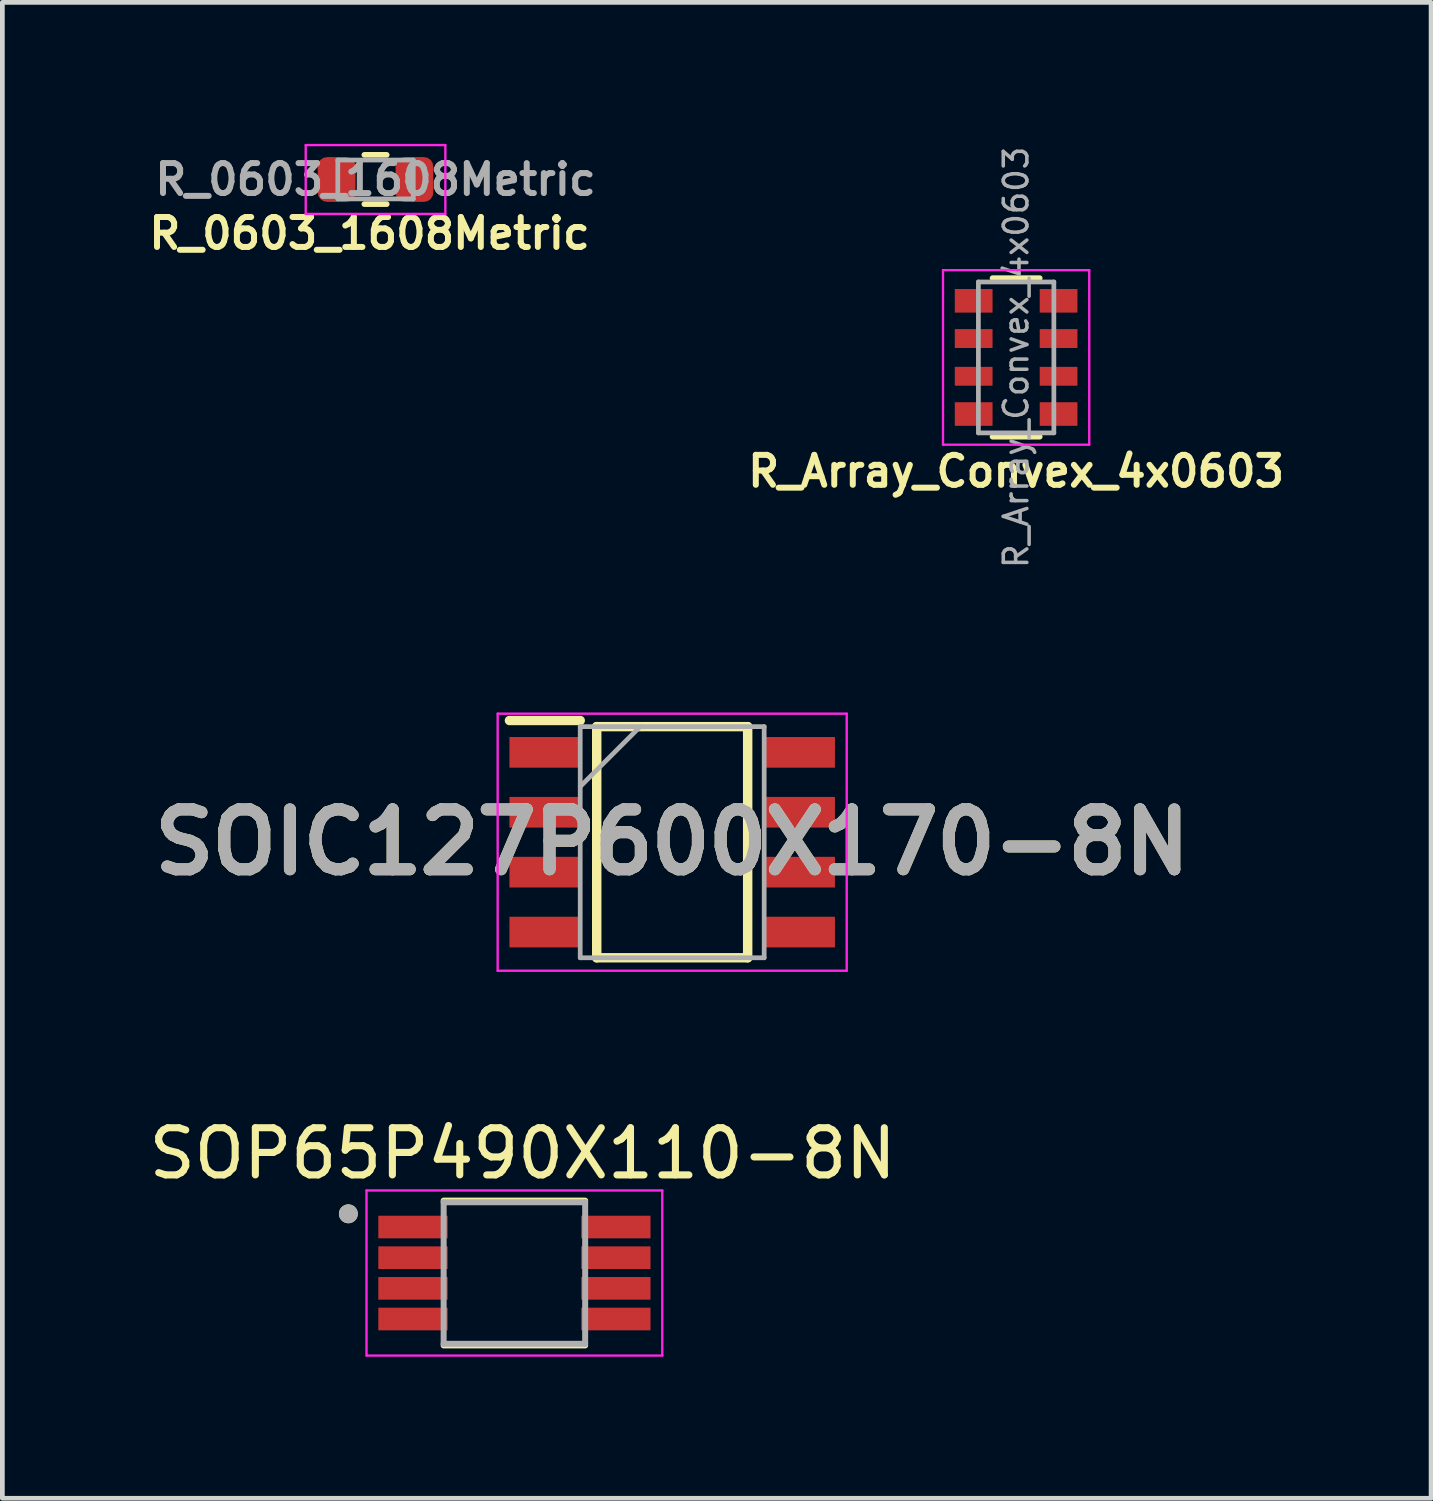
<source format=kicad_pcb>
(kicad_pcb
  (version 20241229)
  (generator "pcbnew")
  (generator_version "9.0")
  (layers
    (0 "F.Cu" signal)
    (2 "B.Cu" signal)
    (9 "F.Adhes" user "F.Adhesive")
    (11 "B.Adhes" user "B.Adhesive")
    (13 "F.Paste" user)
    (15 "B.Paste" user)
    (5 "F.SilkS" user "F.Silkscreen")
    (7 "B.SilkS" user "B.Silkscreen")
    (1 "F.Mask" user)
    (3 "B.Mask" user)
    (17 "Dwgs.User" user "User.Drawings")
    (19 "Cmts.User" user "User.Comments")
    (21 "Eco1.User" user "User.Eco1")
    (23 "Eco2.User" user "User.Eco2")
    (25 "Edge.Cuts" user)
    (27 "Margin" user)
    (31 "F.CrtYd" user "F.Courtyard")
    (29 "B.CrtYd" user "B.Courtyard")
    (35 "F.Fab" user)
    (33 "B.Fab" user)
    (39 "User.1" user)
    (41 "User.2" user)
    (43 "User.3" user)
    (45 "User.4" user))
  (footprint "SOIC127P600X170-8N"
    (layer "F.Cu")
    (at 11.2 14.804)
    (property "Reference" "SOIC127P600X170-8N" (at 0 0 180) (layer "F.SilkS") (effects (font (size 1.27 1.27) (thickness 0.254))))
    (attr smd)
    (fp_line (start -3.45 -2.58) (end -1.95 -2.58) (stroke (width 0.2) (type solid)) (layer "F.SilkS"))
    (fp_line (start -1.6 -2.45) (end 1.6 -2.45) (stroke (width 0.2) (type solid)) (layer "F.SilkS"))
    (fp_line (start -1.6 2.45) (end -1.6 -2.45) (stroke (width 0.2) (type solid)) (layer "F.SilkS"))
    (fp_line (start 1.6 -2.45) (end 1.6 2.45) (stroke (width 0.2) (type solid)) (layer "F.SilkS"))
    (fp_line (start 1.6 2.45) (end -1.6 2.45) (stroke (width 0.2) (type solid)) (layer "F.SilkS"))
    (fp_line (start -3.7 -2.725) (end 3.7 -2.725) (stroke (width 0.05) (type solid)) (layer "F.CrtYd"))
    (fp_line (start -3.7 2.725) (end -3.7 -2.725) (stroke (width 0.05) (type solid)) (layer "F.CrtYd"))
    (fp_line (start 3.7 -2.725) (end 3.7 2.725) (stroke (width 0.05) (type solid)) (layer "F.CrtYd"))
    (fp_line (start 3.7 2.725) (end -3.7 2.725) (stroke (width 0.05) (type solid)) (layer "F.CrtYd"))
    (fp_line (start -1.95 -2.45) (end 1.95 -2.45) (stroke (width 0.1) (type solid)) (layer "F.Fab"))
    (fp_line (start -1.95 -1.18) (end -0.68 -2.45) (stroke (width 0.1) (type solid)) (layer "F.Fab"))
    (fp_line (start -1.95 2.45) (end -1.95 -2.45) (stroke (width 0.1) (type solid)) (layer "F.Fab"))
    (fp_line (start 1.95 -2.45) (end 1.95 2.45) (stroke (width 0.1) (type solid)) (layer "F.Fab"))
    (fp_line (start 1.95 2.45) (end -1.95 2.45) (stroke (width 0.1) (type solid)) (layer "F.Fab"))
    (fp_text user "${REFERENCE}" (at 0 0 180) (layer "F.Fab") (effects (font (size 1.27 1.27) (thickness 0.254))))
    (pad "1" smd rect (at -2.7 -1.905 90) (size 0.65 1.5) (layers "F.Cu" "F.Mask" "F.Paste"))
    (pad "2" smd rect (at -2.7 -0.635 90) (size 0.65 1.5) (layers "F.Cu" "F.Mask" "F.Paste"))
    (pad "3" smd rect (at -2.7 0.635 90) (size 0.65 1.5) (layers "F.Cu" "F.Mask" "F.Paste"))
    (pad "4" smd rect (at -2.7 1.905 90) (size 0.65 1.5) (layers "F.Cu" "F.Mask" "F.Paste"))
    (pad "5" smd rect (at 2.7 1.905 90) (size 0.65 1.5) (layers "F.Cu" "F.Mask" "F.Paste"))
    (pad "6" smd rect (at 2.7 0.635 90) (size 0.65 1.5) (layers "F.Cu" "F.Mask" "F.Paste"))
    (pad "7" smd rect (at 2.7 -0.635 90) (size 0.65 1.5) (layers "F.Cu" "F.Mask" "F.Paste"))
    (pad "8" smd rect (at 2.7 -1.905 90) (size 0.65 1.5) (layers "F.Cu" "F.Mask" "F.Paste")))
  (footprint "R_Array_Convex_4x0603"
    (layer "F.Cu")
    (at 18.491 4.527)
    (property "Reference" "R_Array_Convex_4x0603" (at 0 2.413 0) (layer "F.SilkS") (effects (font (size 0.635 0.635) (thickness 0.127))))
    (attr smd)
    (fp_line (start 0.5 -1.68) (end -0.5 -1.68) (stroke (width 0.12) (type solid)) (layer "F.SilkS"))
    (fp_line (start 0.5 1.68) (end -0.5 1.68) (stroke (width 0.12) (type solid)) (layer "F.SilkS"))
    (fp_line (start -1.55 -1.85) (end -1.55 1.85) (stroke (width 0.05) (type solid)) (layer "F.CrtYd"))
    (fp_line (start -1.55 -1.85) (end 1.55 -1.85) (stroke (width 0.05) (type solid)) (layer "F.CrtYd"))
    (fp_line (start 1.55 1.85) (end -1.55 1.85) (stroke (width 0.05) (type solid)) (layer "F.CrtYd"))
    (fp_line (start 1.55 1.85) (end 1.55 -1.85) (stroke (width 0.05) (type solid)) (layer "F.CrtYd"))
    (fp_line (start -0.8 -1.6) (end 0.8 -1.6) (stroke (width 0.1) (type solid)) (layer "F.Fab"))
    (fp_line (start -0.8 1.6) (end -0.8 -1.6) (stroke (width 0.1) (type solid)) (layer "F.Fab"))
    (fp_line (start 0.8 -1.6) (end 0.8 1.6) (stroke (width 0.1) (type solid)) (layer "F.Fab"))
    (fp_line (start 0.8 1.6) (end -0.8 1.6) (stroke (width 0.1) (type solid)) (layer "F.Fab"))
    (fp_text user "${REFERENCE}" (at 0 0 90) (layer "F.Fab") (effects (font (size 0.5 0.5) (thickness 0.075))))
    (pad "1" smd rect (at -0.9 -1.2) (size 0.8 0.5) (layers "F.Cu" "F.Mask" "F.Paste"))
    (pad "2" smd rect (at -0.9 -0.4) (size 0.8 0.4) (layers "F.Cu" "F.Mask" "F.Paste"))
    (pad "3" smd rect (at -0.9 0.4) (size 0.8 0.4) (layers "F.Cu" "F.Mask" "F.Paste"))
    (pad "4" smd rect (at -0.9 1.2) (size 0.8 0.5) (layers "F.Cu" "F.Mask" "F.Paste"))
    (pad "5" smd rect (at 0.9 1.2) (size 0.8 0.5) (layers "F.Cu" "F.Mask" "F.Paste"))
    (pad "6" smd rect (at 0.9 0.4) (size 0.8 0.4) (layers "F.Cu" "F.Mask" "F.Paste"))
    (pad "7" smd rect (at 0.9 -0.4) (size 0.8 0.4) (layers "F.Cu" "F.Mask" "F.Paste"))
    (pad "8" smd rect (at 0.9 -1.2) (size 0.8 0.5) (layers "F.Cu" "F.Mask" "F.Paste")))
  (footprint "R_0603_1608Metric"
    (layer "F.Cu")
    (at 4.911 0.755)
    (property "Reference" "R_0603_1608Metric" (at -0.127 1.143 0) (layer "F.SilkS") (effects (font (size 0.635 0.635) (thickness 0.127))))
    (attr smd)
    (fp_line (start -0.237 -0.522) (end 0.237 -0.522) (stroke (width 0.12) (type solid)) (layer "F.SilkS"))
    (fp_line (start -0.237 0.522) (end 0.237 0.522) (stroke (width 0.12) (type solid)) (layer "F.SilkS"))
    (fp_line (start -1.48 -0.73) (end 1.48 -0.73) (stroke (width 0.05) (type solid)) (layer "F.CrtYd"))
    (fp_line (start -1.48 0.73) (end -1.48 -0.73) (stroke (width 0.05) (type solid)) (layer "F.CrtYd"))
    (fp_line (start 1.48 -0.73) (end 1.48 0.73) (stroke (width 0.05) (type solid)) (layer "F.CrtYd"))
    (fp_line (start 1.48 0.73) (end -1.48 0.73) (stroke (width 0.05) (type solid)) (layer "F.CrtYd"))
    (fp_line (start -0.8 -0.412) (end 0.8 -0.412) (stroke (width 0.1) (type solid)) (layer "F.Fab"))
    (fp_line (start -0.8 0.412) (end -0.8 -0.412) (stroke (width 0.1) (type solid)) (layer "F.Fab"))
    (fp_line (start 0.8 -0.412) (end 0.8 0.412) (stroke (width 0.1) (type solid)) (layer "F.Fab"))
    (fp_line (start 0.8 0.412) (end -0.8 0.412) (stroke (width 0.1) (type solid)) (layer "F.Fab"))
    (fp_text user "${REFERENCE}" (at 0 0 0) (layer "F.Fab") (effects (font (size 0.635 0.635) (thickness 0.127))))
    (pad "1" smd roundrect (at -0.825 0) (size 0.8 0.95) (layers "F.Cu" "F.Mask" "F.Paste") (roundrect_rratio 0.25))
    (pad "2" smd roundrect (at 0.825 0) (size 0.8 0.95) (layers "F.Cu" "F.Mask" "F.Paste") (roundrect_rratio 0.25)))
  (footprint "SOP65P490X110-8N"
    (layer "F.Cu")
    (at 7.855 23.937)
    (property "Reference" "SOP65P490X110-8N" (at 0.175 -2.535 0) (layer "F.SilkS") (effects (font (size 1 1) (thickness 0.15))))
    (fp_line (start -1.5 -1.535) (end 1.5 -1.535) (stroke (width 0.127) (type solid)) (layer "F.SilkS"))
    (fp_line (start -1.5 1.535) (end 1.5 1.535) (stroke (width 0.127) (type solid)) (layer "F.SilkS"))
    (fp_circle (center -3.52 -1.255) (end -3.42 -1.255) (stroke (width 0.2) (type solid)) (fill no) (layer "F.SilkS"))
    (fp_line (start -3.135 -1.75) (end -3.135 1.75) (stroke (width 0.05) (type solid)) (layer "F.CrtYd"))
    (fp_line (start -3.135 -1.75) (end 3.135 -1.75) (stroke (width 0.05) (type solid)) (layer "F.CrtYd"))
    (fp_line (start -3.135 1.75) (end 3.135 1.75) (stroke (width 0.05) (type solid)) (layer "F.CrtYd"))
    (fp_line (start 3.135 -1.75) (end 3.135 1.75) (stroke (width 0.05) (type solid)) (layer "F.CrtYd"))
    (fp_line (start -1.5 -1.5) (end -1.5 1.5) (stroke (width 0.127) (type solid)) (layer "F.Fab"))
    (fp_line (start -1.5 -1.5) (end 1.5 -1.5) (stroke (width 0.127) (type solid)) (layer "F.Fab"))
    (fp_line (start -1.5 1.5) (end 1.5 1.5) (stroke (width 0.127) (type solid)) (layer "F.Fab"))
    (fp_line (start 1.5 -1.5) (end 1.5 1.5) (stroke (width 0.127) (type solid)) (layer "F.Fab"))
    (fp_circle (center -3.52 -1.255) (end -3.42 -1.255) (stroke (width 0.2) (type solid)) (fill no) (layer "F.Fab"))
    (pad "1" smd rect (at -2.15 -0.975) (size 1.47 0.48) (layers "F.Cu" "F.Mask" "F.Paste"))
    (pad "2" smd rect (at -2.15 -0.325) (size 1.47 0.48) (layers "F.Cu" "F.Mask" "F.Paste"))
    (pad "3" smd rect (at -2.15 0.325) (size 1.47 0.48) (layers "F.Cu" "F.Mask" "F.Paste"))
    (pad "4" smd rect (at -2.15 0.975) (size 1.47 0.48) (layers "F.Cu" "F.Mask" "F.Paste"))
    (pad "5" smd rect (at 2.15 0.975) (size 1.47 0.48) (layers "F.Cu" "F.Mask" "F.Paste"))
    (pad "6" smd rect (at 2.15 0.325) (size 1.47 0.48) (layers "F.Cu" "F.Mask" "F.Paste"))
    (pad "7" smd rect (at 2.15 -0.325) (size 1.47 0.48) (layers "F.Cu" "F.Mask" "F.Paste"))
    (pad "8" smd rect (at 2.15 -0.975) (size 1.47 0.48) (layers "F.Cu" "F.Mask" "F.Paste")))
  (gr_rect
    (start -3 -3)
    (end 27.288 28.712)
    (stroke (width 0.1) (type default))
    (fill no)
    (layer "Edge.Cuts")))
</source>
